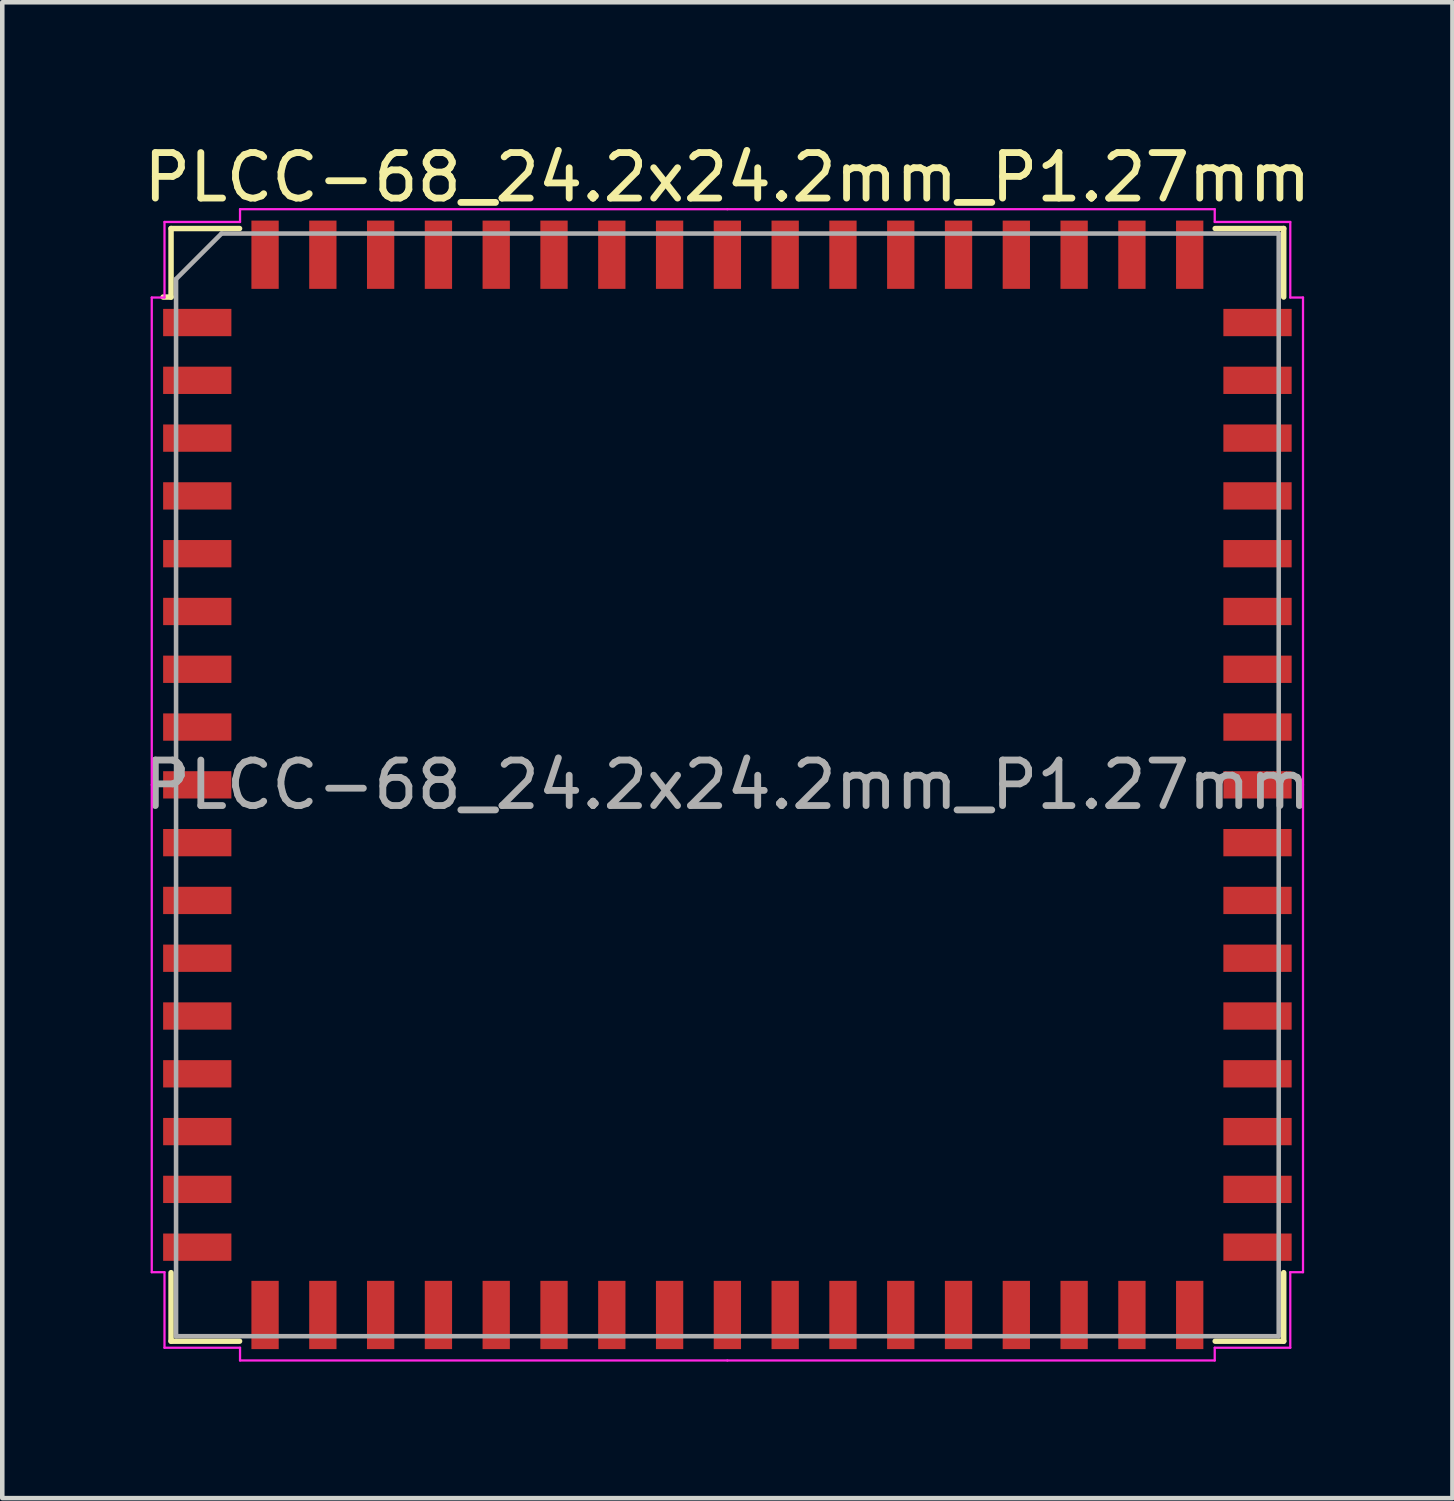
<source format=kicad_pcb>
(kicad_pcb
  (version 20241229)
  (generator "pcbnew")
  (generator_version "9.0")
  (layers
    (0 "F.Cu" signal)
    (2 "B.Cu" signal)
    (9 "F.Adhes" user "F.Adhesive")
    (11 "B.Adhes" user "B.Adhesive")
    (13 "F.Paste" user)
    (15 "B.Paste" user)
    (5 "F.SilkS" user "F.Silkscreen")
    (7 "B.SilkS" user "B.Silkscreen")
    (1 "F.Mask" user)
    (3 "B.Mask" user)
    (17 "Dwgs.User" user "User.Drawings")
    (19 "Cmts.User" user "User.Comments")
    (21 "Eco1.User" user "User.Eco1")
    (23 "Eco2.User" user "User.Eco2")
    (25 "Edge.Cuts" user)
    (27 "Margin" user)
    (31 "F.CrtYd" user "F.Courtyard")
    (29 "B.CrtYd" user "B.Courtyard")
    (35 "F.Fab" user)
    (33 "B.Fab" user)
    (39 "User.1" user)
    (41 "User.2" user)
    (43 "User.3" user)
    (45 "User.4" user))
  (footprint "PLCC-68_24.2x24.2mm_P1.27mm"
    (layer "F.Cu")
    (at 12.935 14.198)
    (property "Reference" "PLCC-68_24.2x24.2mm_P1.27mm" (at 0 -13.35 0) (layer "F.SilkS") (effects (font (size 1 1) (thickness 0.15))))
    (attr smd)
    (fp_line (start -12.226 -12.226) (end -12.226 -10.72) (stroke (width 0.12) (type solid)) (layer "F.SilkS"))
    (fp_line (start -12.226 -10.72) (end -12.4 -10.72) (stroke (width 0.12) (type solid)) (layer "F.SilkS"))
    (fp_line (start -12.226 12.226) (end -12.226 10.72) (stroke (width 0.12) (type solid)) (layer "F.SilkS"))
    (fp_line (start -10.72 -12.226) (end -12.226 -12.226) (stroke (width 0.12) (type solid)) (layer "F.SilkS"))
    (fp_line (start -10.72 12.226) (end -12.226 12.226) (stroke (width 0.12) (type solid)) (layer "F.SilkS"))
    (fp_line (start 10.72 -12.226) (end 12.226 -12.226) (stroke (width 0.12) (type solid)) (layer "F.SilkS"))
    (fp_line (start 10.72 12.226) (end 12.226 12.226) (stroke (width 0.12) (type solid)) (layer "F.SilkS"))
    (fp_line (start 12.226 -12.226) (end 12.226 -10.72) (stroke (width 0.12) (type solid)) (layer "F.SilkS"))
    (fp_line (start 12.226 12.226) (end 12.226 10.72) (stroke (width 0.12) (type solid)) (layer "F.SilkS"))
    (fp_line (start -12.65 -10.71) (end -12.65 0) (stroke (width 0.05) (type solid)) (layer "F.CrtYd"))
    (fp_line (start -12.65 10.71) (end -12.65 0) (stroke (width 0.05) (type solid)) (layer "F.CrtYd"))
    (fp_line (start -12.37 -12.37) (end -12.37 -10.71) (stroke (width 0.05) (type solid)) (layer "F.CrtYd"))
    (fp_line (start -12.37 -10.71) (end -12.65 -10.71) (stroke (width 0.05) (type solid)) (layer "F.CrtYd"))
    (fp_line (start -12.37 10.71) (end -12.65 10.71) (stroke (width 0.05) (type solid)) (layer "F.CrtYd"))
    (fp_line (start -12.37 12.37) (end -12.37 10.71) (stroke (width 0.05) (type solid)) (layer "F.CrtYd"))
    (fp_line (start -10.71 -12.65) (end -10.71 -12.37) (stroke (width 0.05) (type solid)) (layer "F.CrtYd"))
    (fp_line (start -10.71 -12.37) (end -12.37 -12.37) (stroke (width 0.05) (type solid)) (layer "F.CrtYd"))
    (fp_line (start -10.71 12.37) (end -12.37 12.37) (stroke (width 0.05) (type solid)) (layer "F.CrtYd"))
    (fp_line (start -10.71 12.65) (end -10.71 12.37) (stroke (width 0.05) (type solid)) (layer "F.CrtYd"))
    (fp_line (start 0 -12.65) (end -10.71 -12.65) (stroke (width 0.05) (type solid)) (layer "F.CrtYd"))
    (fp_line (start 0 -12.65) (end 10.71 -12.65) (stroke (width 0.05) (type solid)) (layer "F.CrtYd"))
    (fp_line (start 0 12.65) (end -10.71 12.65) (stroke (width 0.05) (type solid)) (layer "F.CrtYd"))
    (fp_line (start 0 12.65) (end 10.71 12.65) (stroke (width 0.05) (type solid)) (layer "F.CrtYd"))
    (fp_line (start 10.71 -12.65) (end 10.71 -12.37) (stroke (width 0.05) (type solid)) (layer "F.CrtYd"))
    (fp_line (start 10.71 -12.37) (end 12.37 -12.37) (stroke (width 0.05) (type solid)) (layer "F.CrtYd"))
    (fp_line (start 10.71 12.37) (end 12.37 12.37) (stroke (width 0.05) (type solid)) (layer "F.CrtYd"))
    (fp_line (start 10.71 12.65) (end 10.71 12.37) (stroke (width 0.05) (type solid)) (layer "F.CrtYd"))
    (fp_line (start 12.37 -12.37) (end 12.37 -10.71) (stroke (width 0.05) (type solid)) (layer "F.CrtYd"))
    (fp_line (start 12.37 -10.71) (end 12.65 -10.71) (stroke (width 0.05) (type solid)) (layer "F.CrtYd"))
    (fp_line (start 12.37 10.71) (end 12.65 10.71) (stroke (width 0.05) (type solid)) (layer "F.CrtYd"))
    (fp_line (start 12.37 12.37) (end 12.37 10.71) (stroke (width 0.05) (type solid)) (layer "F.CrtYd"))
    (fp_line (start 12.65 -10.71) (end 12.65 0) (stroke (width 0.05) (type solid)) (layer "F.CrtYd"))
    (fp_line (start 12.65 10.71) (end 12.65 0) (stroke (width 0.05) (type solid)) (layer "F.CrtYd"))
    (fp_line (start -12.116 -11.116) (end -11.116 -12.116) (stroke (width 0.1) (type solid)) (layer "F.Fab"))
    (fp_line (start -12.116 12.116) (end -12.116 -11.116) (stroke (width 0.1) (type solid)) (layer "F.Fab"))
    (fp_line (start -11.116 -12.116) (end 12.116 -12.116) (stroke (width 0.1) (type solid)) (layer "F.Fab"))
    (fp_line (start 12.116 -12.116) (end 12.116 12.116) (stroke (width 0.1) (type solid)) (layer "F.Fab"))
    (fp_line (start 12.116 12.116) (end -12.116 12.116) (stroke (width 0.1) (type solid)) (layer "F.Fab"))
    (fp_text user "${REFERENCE}" (at 0 0 0) (layer "F.Fab") (effects (font (size 1 1) (thickness 0.15))))
    (pad "1" smd rect (at -11.65 -10.16) (size 1.5 0.6) (layers "F.Cu" "F.Mask" "F.Paste"))
    (pad "2" smd rect (at -11.65 -8.89) (size 1.5 0.6) (layers "F.Cu" "F.Mask" "F.Paste"))
    (pad "3" smd rect (at -11.65 -7.62) (size 1.5 0.6) (layers "F.Cu" "F.Mask" "F.Paste"))
    (pad "4" smd rect (at -11.65 -6.35) (size 1.5 0.6) (layers "F.Cu" "F.Mask" "F.Paste"))
    (pad "5" smd rect (at -11.65 -5.08) (size 1.5 0.6) (layers "F.Cu" "F.Mask" "F.Paste"))
    (pad "6" smd rect (at -11.65 -3.81) (size 1.5 0.6) (layers "F.Cu" "F.Mask" "F.Paste"))
    (pad "7" smd rect (at -11.65 -2.54) (size 1.5 0.6) (layers "F.Cu" "F.Mask" "F.Paste"))
    (pad "8" smd rect (at -11.65 -1.27) (size 1.5 0.6) (layers "F.Cu" "F.Mask" "F.Paste"))
    (pad "9" smd rect (at -11.65 0) (size 1.5 0.6) (layers "F.Cu" "F.Mask" "F.Paste"))
    (pad "10" smd rect (at -11.65 1.27) (size 1.5 0.6) (layers "F.Cu" "F.Mask" "F.Paste"))
    (pad "11" smd rect (at -11.65 2.54) (size 1.5 0.6) (layers "F.Cu" "F.Mask" "F.Paste"))
    (pad "12" smd rect (at -11.65 3.81) (size 1.5 0.6) (layers "F.Cu" "F.Mask" "F.Paste"))
    (pad "13" smd rect (at -11.65 5.08) (size 1.5 0.6) (layers "F.Cu" "F.Mask" "F.Paste"))
    (pad "14" smd rect (at -11.65 6.35) (size 1.5 0.6) (layers "F.Cu" "F.Mask" "F.Paste"))
    (pad "15" smd rect (at -11.65 7.62) (size 1.5 0.6) (layers "F.Cu" "F.Mask" "F.Paste"))
    (pad "16" smd rect (at -11.65 8.89) (size 1.5 0.6) (layers "F.Cu" "F.Mask" "F.Paste"))
    (pad "17" smd rect (at -11.65 10.16) (size 1.5 0.6) (layers "F.Cu" "F.Mask" "F.Paste"))
    (pad "18" smd rect (at -10.16 11.65) (size 0.6 1.5) (layers "F.Cu" "F.Mask" "F.Paste"))
    (pad "19" smd rect (at -8.89 11.65) (size 0.6 1.5) (layers "F.Cu" "F.Mask" "F.Paste"))
    (pad "20" smd rect (at -7.62 11.65) (size 0.6 1.5) (layers "F.Cu" "F.Mask" "F.Paste"))
    (pad "21" smd rect (at -6.35 11.65) (size 0.6 1.5) (layers "F.Cu" "F.Mask" "F.Paste"))
    (pad "22" smd rect (at -5.08 11.65) (size 0.6 1.5) (layers "F.Cu" "F.Mask" "F.Paste"))
    (pad "23" smd rect (at -3.81 11.65) (size 0.6 1.5) (layers "F.Cu" "F.Mask" "F.Paste"))
    (pad "24" smd rect (at -2.54 11.65) (size 0.6 1.5) (layers "F.Cu" "F.Mask" "F.Paste"))
    (pad "25" smd rect (at -1.27 11.65) (size 0.6 1.5) (layers "F.Cu" "F.Mask" "F.Paste"))
    (pad "26" smd rect (at 0 11.65) (size 0.6 1.5) (layers "F.Cu" "F.Mask" "F.Paste"))
    (pad "27" smd rect (at 1.27 11.65) (size 0.6 1.5) (layers "F.Cu" "F.Mask" "F.Paste"))
    (pad "28" smd rect (at 2.54 11.65) (size 0.6 1.5) (layers "F.Cu" "F.Mask" "F.Paste"))
    (pad "29" smd rect (at 3.81 11.65) (size 0.6 1.5) (layers "F.Cu" "F.Mask" "F.Paste"))
    (pad "30" smd rect (at 5.08 11.65) (size 0.6 1.5) (layers "F.Cu" "F.Mask" "F.Paste"))
    (pad "31" smd rect (at 6.35 11.65) (size 0.6 1.5) (layers "F.Cu" "F.Mask" "F.Paste"))
    (pad "32" smd rect (at 7.62 11.65) (size 0.6 1.5) (layers "F.Cu" "F.Mask" "F.Paste"))
    (pad "33" smd rect (at 8.89 11.65) (size 0.6 1.5) (layers "F.Cu" "F.Mask" "F.Paste"))
    (pad "34" smd rect (at 10.16 11.65) (size 0.6 1.5) (layers "F.Cu" "F.Mask" "F.Paste"))
    (pad "35" smd rect (at 11.65 10.16) (size 1.5 0.6) (layers "F.Cu" "F.Mask" "F.Paste"))
    (pad "36" smd rect (at 11.65 8.89) (size 1.5 0.6) (layers "F.Cu" "F.Mask" "F.Paste"))
    (pad "37" smd rect (at 11.65 7.62) (size 1.5 0.6) (layers "F.Cu" "F.Mask" "F.Paste"))
    (pad "38" smd rect (at 11.65 6.35) (size 1.5 0.6) (layers "F.Cu" "F.Mask" "F.Paste"))
    (pad "39" smd rect (at 11.65 5.08) (size 1.5 0.6) (layers "F.Cu" "F.Mask" "F.Paste"))
    (pad "40" smd rect (at 11.65 3.81) (size 1.5 0.6) (layers "F.Cu" "F.Mask" "F.Paste"))
    (pad "41" smd rect (at 11.65 2.54) (size 1.5 0.6) (layers "F.Cu" "F.Mask" "F.Paste"))
    (pad "42" smd rect (at 11.65 1.27) (size 1.5 0.6) (layers "F.Cu" "F.Mask" "F.Paste"))
    (pad "43" smd rect (at 11.65 0) (size 1.5 0.6) (layers "F.Cu" "F.Mask" "F.Paste"))
    (pad "44" smd rect (at 11.65 -1.27) (size 1.5 0.6) (layers "F.Cu" "F.Mask" "F.Paste"))
    (pad "45" smd rect (at 11.65 -2.54) (size 1.5 0.6) (layers "F.Cu" "F.Mask" "F.Paste"))
    (pad "46" smd rect (at 11.65 -3.81) (size 1.5 0.6) (layers "F.Cu" "F.Mask" "F.Paste"))
    (pad "47" smd rect (at 11.65 -5.08) (size 1.5 0.6) (layers "F.Cu" "F.Mask" "F.Paste"))
    (pad "48" smd rect (at 11.65 -6.35) (size 1.5 0.6) (layers "F.Cu" "F.Mask" "F.Paste"))
    (pad "49" smd rect (at 11.65 -7.62) (size 1.5 0.6) (layers "F.Cu" "F.Mask" "F.Paste"))
    (pad "50" smd rect (at 11.65 -8.89) (size 1.5 0.6) (layers "F.Cu" "F.Mask" "F.Paste"))
    (pad "51" smd rect (at 11.65 -10.16) (size 1.5 0.6) (layers "F.Cu" "F.Mask" "F.Paste"))
    (pad "52" smd rect (at 10.16 -11.65) (size 0.6 1.5) (layers "F.Cu" "F.Mask" "F.Paste"))
    (pad "53" smd rect (at 8.89 -11.65) (size 0.6 1.5) (layers "F.Cu" "F.Mask" "F.Paste"))
    (pad "54" smd rect (at 7.62 -11.65) (size 0.6 1.5) (layers "F.Cu" "F.Mask" "F.Paste"))
    (pad "55" smd rect (at 6.35 -11.65) (size 0.6 1.5) (layers "F.Cu" "F.Mask" "F.Paste"))
    (pad "56" smd rect (at 5.08 -11.65) (size 0.6 1.5) (layers "F.Cu" "F.Mask" "F.Paste"))
    (pad "57" smd rect (at 3.81 -11.65) (size 0.6 1.5) (layers "F.Cu" "F.Mask" "F.Paste"))
    (pad "58" smd rect (at 2.54 -11.65) (size 0.6 1.5) (layers "F.Cu" "F.Mask" "F.Paste"))
    (pad "59" smd rect (at 1.27 -11.65) (size 0.6 1.5) (layers "F.Cu" "F.Mask" "F.Paste"))
    (pad "60" smd rect (at 0 -11.65) (size 0.6 1.5) (layers "F.Cu" "F.Mask" "F.Paste"))
    (pad "61" smd rect (at -1.27 -11.65) (size 0.6 1.5) (layers "F.Cu" "F.Mask" "F.Paste"))
    (pad "62" smd rect (at -2.54 -11.65) (size 0.6 1.5) (layers "F.Cu" "F.Mask" "F.Paste"))
    (pad "63" smd rect (at -3.81 -11.65) (size 0.6 1.5) (layers "F.Cu" "F.Mask" "F.Paste"))
    (pad "64" smd rect (at -5.08 -11.65) (size 0.6 1.5) (layers "F.Cu" "F.Mask" "F.Paste"))
    (pad "65" smd rect (at -6.35 -11.65) (size 0.6 1.5) (layers "F.Cu" "F.Mask" "F.Paste"))
    (pad "66" smd rect (at -7.62 -11.65) (size 0.6 1.5) (layers "F.Cu" "F.Mask" "F.Paste"))
    (pad "67" smd rect (at -8.89 -11.65) (size 0.6 1.5) (layers "F.Cu" "F.Mask" "F.Paste"))
    (pad "68" smd rect (at -10.16 -11.65) (size 0.6 1.5) (layers "F.Cu" "F.Mask" "F.Paste")))
  (gr_rect
    (start -3 -3)
    (end 28.869 29.873)
    (stroke (width 0.1) (type default))
    (fill no)
    (layer "Edge.Cuts")))
</source>
